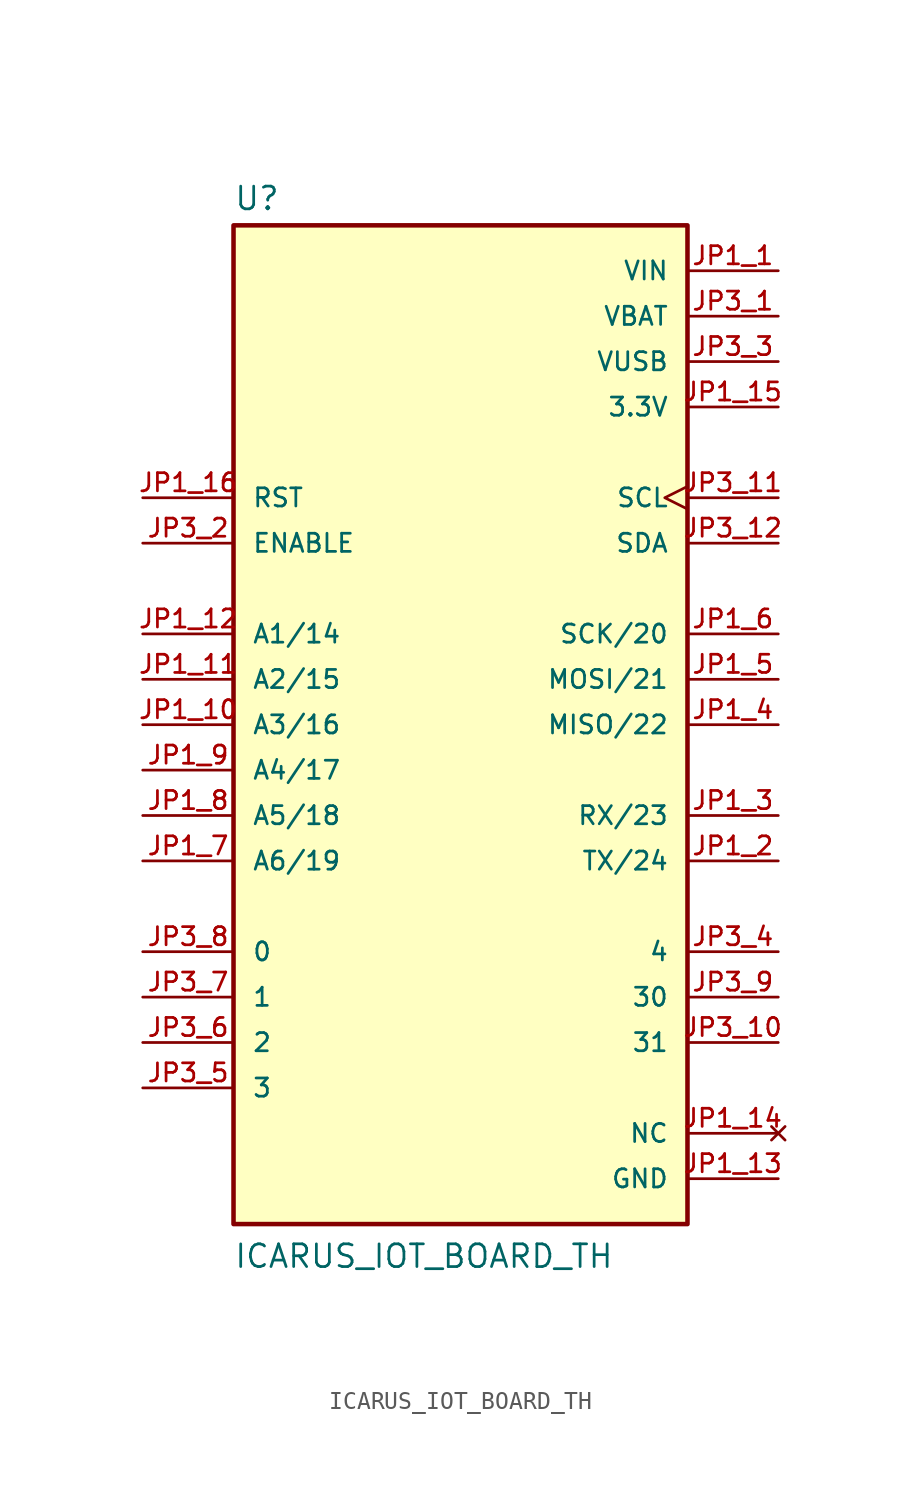
<source format=kicad_sym>
(kicad_symbol_lib
  (version 20211014)
  (generator kicad_symbol_editor)
  (symbol "ICARUS_IOT_BOARD_TH"
    (pin_names
      (offset 1.016))
    (property "Reference" "U"
      (at -12.7 28.702 0)
      (effects (font (size 1.27 1.27)) (justify left bottom)))
    (property "Value" "ICARUS_IOT_BOARD_TH"
      (at -12.7 -30.48 0)
      (effects (font (size 1.27 1.27)) (justify left bottom)))
    (symbol "ICARUS_IOT_BOARD_TH_0_0"
      (rectangle (start -12.7 -27.94) (end 12.7 27.94) (stroke (width 0.254) (type default) (color 0 0 0 0)) (fill (type background)))
      (pin power_in line (at 17.78 25.4 180) (length 5.08) (name "VIN" (effects (font (size 1.016 1.016)))) (number "JP1_1" (effects (font (size 1.016 1.016)))))
      (pin bidirectional line (at -17.78 0 0) (length 5.08) (name "A3/16" (effects (font (size 1.016 1.016)))) (number "JP1_10" (effects (font (size 1.016 1.016)))))
      (pin bidirectional line (at -17.78 2.54 0) (length 5.08) (name "A2/15" (effects (font (size 1.016 1.016)))) (number "JP1_11" (effects (font (size 1.016 1.016)))))
      (pin bidirectional line (at -17.78 5.08 0) (length 5.08) (name "A1/14" (effects (font (size 1.016 1.016)))) (number "JP1_12" (effects (font (size 1.016 1.016)))))
      (pin power_in line (at 17.78 -25.4 180) (length 5.08) (name "GND" (effects (font (size 1.016 1.016)))) (number "JP1_13" (effects (font (size 1.016 1.016)))))
      (pin no_connect line (at 17.78 -22.86 180) (length 5.08) (name "NC" (effects (font (size 1.016 1.016)))) (number "JP1_14" (effects (font (size 1.016 1.016)))))
      (pin power_in line (at 17.78 17.78 180) (length 5.08) (name "3.3V" (effects (font (size 1.016 1.016)))) (number "JP1_15" (effects (font (size 1.016 1.016)))))
      (pin bidirectional line (at -17.78 12.7 0) (length 5.08) (name "RST" (effects (font (size 1.016 1.016)))) (number "JP1_16" (effects (font (size 1.016 1.016)))))
      (pin bidirectional line (at 17.78 -7.62 180) (length 5.08) (name "TX/24" (effects (font (size 1.016 1.016)))) (number "JP1_2" (effects (font (size 1.016 1.016)))))
      (pin bidirectional line (at 17.78 -5.08 180) (length 5.08) (name "RX/23" (effects (font (size 1.016 1.016)))) (number "JP1_3" (effects (font (size 1.016 1.016)))))
      (pin bidirectional line (at 17.78 0 180) (length 5.08) (name "MISO/22" (effects (font (size 1.016 1.016)))) (number "JP1_4" (effects (font (size 1.016 1.016)))))
      (pin bidirectional line (at 17.78 2.54 180) (length 5.08) (name "MOSI/21" (effects (font (size 1.016 1.016)))) (number "JP1_5" (effects (font (size 1.016 1.016)))))
      (pin bidirectional line (at 17.78 5.08 180) (length 5.08) (name "SCK/20" (effects (font (size 1.016 1.016)))) (number "JP1_6" (effects (font (size 1.016 1.016)))))
      (pin bidirectional line (at -17.78 -7.62 0) (length 5.08) (name "A6/19" (effects (font (size 1.016 1.016)))) (number "JP1_7" (effects (font (size 1.016 1.016)))))
      (pin bidirectional line (at -17.78 -5.08 0) (length 5.08) (name "A5/18" (effects (font (size 1.016 1.016)))) (number "JP1_8" (effects (font (size 1.016 1.016)))))
      (pin bidirectional line (at -17.78 -2.54 0) (length 5.08) (name "A4/17" (effects (font (size 1.016 1.016)))) (number "JP1_9" (effects (font (size 1.016 1.016)))))
      (pin power_in line (at 17.78 22.86 180) (length 5.08) (name "VBAT" (effects (font (size 1.016 1.016)))) (number "JP3_1" (effects (font (size 1.016 1.016)))))
      (pin bidirectional line (at 17.78 -17.78 180) (length 5.08) (name "31" (effects (font (size 1.016 1.016)))) (number "JP3_10" (effects (font (size 1.016 1.016)))))
      (pin input clock (at 17.78 12.7 180) (length 5.08) (name "SCL" (effects (font (size 1.016 1.016)))) (number "JP3_11" (effects (font (size 1.016 1.016)))))
      (pin bidirectional line (at 17.78 10.16 180) (length 5.08) (name "SDA" (effects (font (size 1.016 1.016)))) (number "JP3_12" (effects (font (size 1.016 1.016)))))
      (pin input line (at -17.78 10.16 0) (length 5.08) (name "ENABLE" (effects (font (size 1.016 1.016)))) (number "JP3_2" (effects (font (size 1.016 1.016)))))
      (pin power_in line (at 17.78 20.32 180) (length 5.08) (name "VUSB" (effects (font (size 1.016 1.016)))) (number "JP3_3" (effects (font (size 1.016 1.016)))))
      (pin bidirectional line (at 17.78 -12.7 180) (length 5.08) (name "4" (effects (font (size 1.016 1.016)))) (number "JP3_4" (effects (font (size 1.016 1.016)))))
      (pin bidirectional line (at -17.78 -20.32 0) (length 5.08) (name "3" (effects (font (size 1.016 1.016)))) (number "JP3_5" (effects (font (size 1.016 1.016)))))
      (pin bidirectional line (at -17.78 -17.78 0) (length 5.08) (name "2" (effects (font (size 1.016 1.016)))) (number "JP3_6" (effects (font (size 1.016 1.016)))))
      (pin bidirectional line (at -17.78 -15.24 0) (length 5.08) (name "1" (effects (font (size 1.016 1.016)))) (number "JP3_7" (effects (font (size 1.016 1.016)))))
      (pin bidirectional line (at -17.78 -12.7 0) (length 5.08) (name "0" (effects (font (size 1.016 1.016)))) (number "JP3_8" (effects (font (size 1.016 1.016)))))
      (pin bidirectional line (at 17.78 -15.24 180) (length 5.08) (name "30" (effects (font (size 1.016 1.016)))) (number "JP3_9" (effects (font (size 1.016 1.016))))))))
</source>
